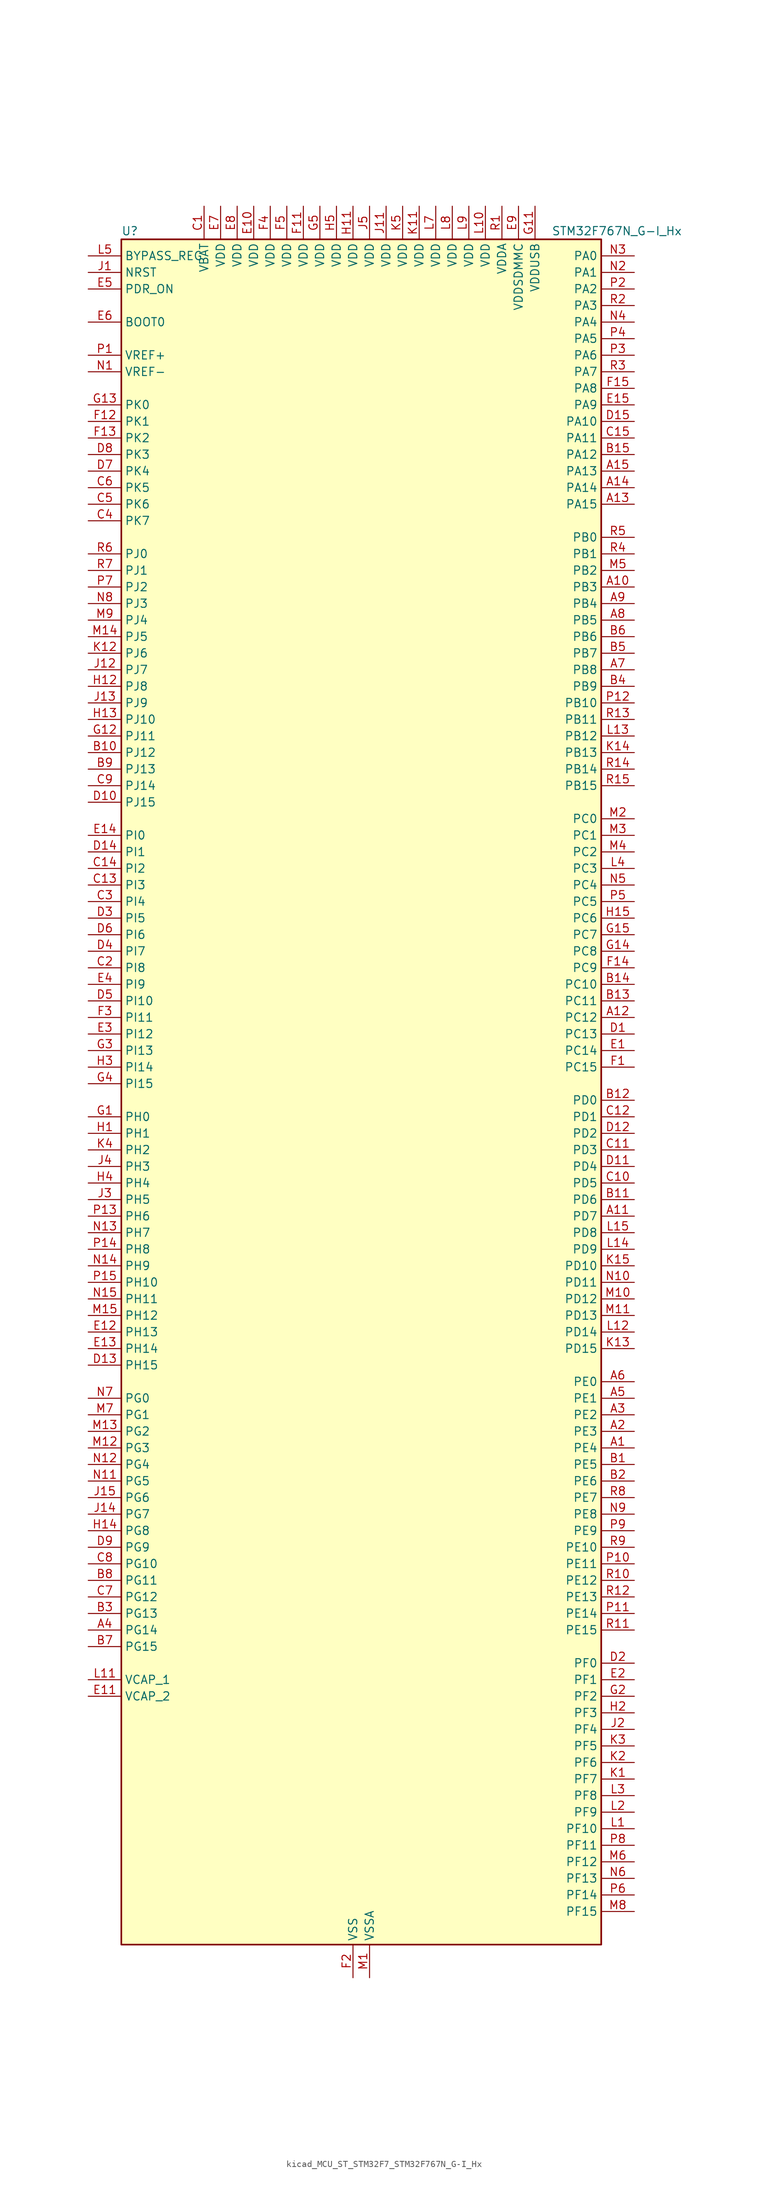
<source format=kicad_sym>
(kicad_symbol_lib
  (version 20220914)
  (generator kicad_symbol_editor)
  (symbol "kicad_MCU_ST_STM32F7_STM32F767N_G-I_Hx"
    (property "Reference" "U"
      (at -35.56 133.35 0)
      (effects (font (size 1.27 1.27)) (justify left)))
    (property "Value" "STM32F767N_G-I_Hx"
      (at 30.48 133.35 0)
      (effects (font (size 1.27 1.27)) (justify left)))
    (property "ki_locked" ""
      (at 0 0 0)
      (effects (font (size 1.27 1.27))))
    (symbol "kicad_MCU_ST_STM32F7_STM32F767N_G-I_Hx_0_1"
      (rectangle (start -35.56 -129.54) (end 38.1 132.08) (stroke (width 0.254) (type default)) (fill (type background))))
    (symbol "kicad_MCU_ST_STM32F7_STM32F767N_G-I_Hx_1_1"
      (pin bidirectional line (at 43.18 -53.34 180) (length 5.08) (name "PE4" (effects (font (size 1.27 1.27)))) (number "A1" (effects (font (size 1.27 1.27)))) (alternate "DCMI_D4" bidirectional line) (alternate "DFSDM1_DATIN3" bidirectional line) (alternate "FMC_A20" bidirectional line) (alternate "LTDC_B0" bidirectional line) (alternate "SAI1_FS_A" bidirectional line) (alternate "SPI4_NSS" bidirectional line) (alternate "SYS_TRACED1" bidirectional line))
      (pin bidirectional line (at 43.18 78.74 180) (length 5.08) (name "PB3" (effects (font (size 1.27 1.27)))) (number "A10" (effects (font (size 1.27 1.27)))) (alternate "CAN3_RX" bidirectional line) (alternate "I2S1_CK" bidirectional line) (alternate "I2S3_CK" bidirectional line) (alternate "SDMMC2_D2" bidirectional line) (alternate "SPI1_SCK" bidirectional line) (alternate "SPI3_SCK" bidirectional line) (alternate "SPI6_SCK" bidirectional line) (alternate "SYS_JTDO-SWO" bidirectional line) (alternate "TIM2_CH2" bidirectional line) (alternate "UART7_RX" bidirectional line))
      (pin bidirectional line (at 43.18 -17.78 180) (length 5.08) (name "PD7" (effects (font (size 1.27 1.27)))) (number "A11" (effects (font (size 1.27 1.27)))) (alternate "DFSDM1_CKIN1" bidirectional line) (alternate "DFSDM1_DATIN4" bidirectional line) (alternate "FMC_NE1" bidirectional line) (alternate "I2S1_SD" bidirectional line) (alternate "SDMMC2_CMD" bidirectional line) (alternate "SPDIFRX_IN0" bidirectional line) (alternate "SPI1_MOSI" bidirectional line) (alternate "USART2_CK" bidirectional line))
      (pin bidirectional line (at 43.18 12.7 180) (length 5.08) (name "PC12" (effects (font (size 1.27 1.27)))) (number "A12" (effects (font (size 1.27 1.27)))) (alternate "DCMI_D9" bidirectional line) (alternate "I2S3_SD" bidirectional line) (alternate "SDMMC1_CK" bidirectional line) (alternate "SPI3_MOSI" bidirectional line) (alternate "SYS_TRACED3" bidirectional line) (alternate "UART5_TX" bidirectional line) (alternate "USART3_CK" bidirectional line))
      (pin bidirectional line (at 43.18 91.44 180) (length 5.08) (name "PA15" (effects (font (size 1.27 1.27)))) (number "A13" (effects (font (size 1.27 1.27)))) (alternate "CAN3_TX" bidirectional line) (alternate "CEC" bidirectional line) (alternate "I2S1_WS" bidirectional line) (alternate "I2S3_WS" bidirectional line) (alternate "SPI1_NSS" bidirectional line) (alternate "SPI3_NSS" bidirectional line) (alternate "SPI6_NSS" bidirectional line) (alternate "SYS_JTDI" bidirectional line) (alternate "TIM2_CH1" bidirectional line) (alternate "TIM2_ETR" bidirectional line) (alternate "UART4_DE" bidirectional line) (alternate "UART4_RTS" bidirectional line) (alternate "UART7_TX" bidirectional line))
      (pin bidirectional line (at 43.18 93.98 180) (length 5.08) (name "PA14" (effects (font (size 1.27 1.27)))) (number "A14" (effects (font (size 1.27 1.27)))) (alternate "SYS_JTCK-SWCLK" bidirectional line))
      (pin bidirectional line (at 43.18 96.52 180) (length 5.08) (name "PA13" (effects (font (size 1.27 1.27)))) (number "A15" (effects (font (size 1.27 1.27)))) (alternate "SYS_JTMS-SWDIO" bidirectional line))
      (pin bidirectional line (at 43.18 -50.8 180) (length 5.08) (name "PE3" (effects (font (size 1.27 1.27)))) (number "A2" (effects (font (size 1.27 1.27)))) (alternate "FMC_A19" bidirectional line) (alternate "SAI1_SD_B" bidirectional line) (alternate "SYS_TRACED0" bidirectional line))
      (pin bidirectional line (at 43.18 -48.26 180) (length 5.08) (name "PE2" (effects (font (size 1.27 1.27)))) (number "A3" (effects (font (size 1.27 1.27)))) (alternate "ETH_TXD3" bidirectional line) (alternate "FMC_A23" bidirectional line) (alternate "QUADSPI_BK1_IO2" bidirectional line) (alternate "SAI1_MCLK_A" bidirectional line) (alternate "SPI4_SCK" bidirectional line) (alternate "SYS_TRACECLK" bidirectional line))
      (pin bidirectional line (at -40.64 -81.28 0) (length 5.08) (name "PG14" (effects (font (size 1.27 1.27)))) (number "A4" (effects (font (size 1.27 1.27)))) (alternate "ETH_TXD1" bidirectional line) (alternate "FMC_A25" bidirectional line) (alternate "LPTIM1_ETR" bidirectional line) (alternate "LTDC_B0" bidirectional line) (alternate "QUADSPI_BK2_IO3" bidirectional line) (alternate "SPI6_MOSI" bidirectional line) (alternate "SYS_TRACED1" bidirectional line) (alternate "USART6_TX" bidirectional line))
      (pin bidirectional line (at 43.18 -45.72 180) (length 5.08) (name "PE1" (effects (font (size 1.27 1.27)))) (number "A5" (effects (font (size 1.27 1.27)))) (alternate "DCMI_D3" bidirectional line) (alternate "FMC_NBL1" bidirectional line) (alternate "LPTIM1_IN2" bidirectional line) (alternate "UART8_TX" bidirectional line))
      (pin bidirectional line (at 43.18 -43.18 180) (length 5.08) (name "PE0" (effects (font (size 1.27 1.27)))) (number "A6" (effects (font (size 1.27 1.27)))) (alternate "DCMI_D2" bidirectional line) (alternate "FMC_NBL0" bidirectional line) (alternate "LPTIM1_ETR" bidirectional line) (alternate "SAI2_MCLK_A" bidirectional line) (alternate "TIM4_ETR" bidirectional line) (alternate "UART8_RX" bidirectional line))
      (pin bidirectional line (at 43.18 66.04 180) (length 5.08) (name "PB8" (effects (font (size 1.27 1.27)))) (number "A7" (effects (font (size 1.27 1.27)))) (alternate "CAN1_RX" bidirectional line) (alternate "DCMI_D6" bidirectional line) (alternate "DFSDM1_CKIN7" bidirectional line) (alternate "ETH_TXD3" bidirectional line) (alternate "I2C1_SCL" bidirectional line) (alternate "I2C4_SCL" bidirectional line) (alternate "LTDC_B6" bidirectional line) (alternate "SDMMC1_D4" bidirectional line) (alternate "SDMMC2_D4" bidirectional line) (alternate "TIM10_CH1" bidirectional line) (alternate "TIM4_CH3" bidirectional line) (alternate "UART5_RX" bidirectional line))
      (pin bidirectional line (at 43.18 73.66 180) (length 5.08) (name "PB5" (effects (font (size 1.27 1.27)))) (number "A8" (effects (font (size 1.27 1.27)))) (alternate "CAN2_RX" bidirectional line) (alternate "DCMI_D10" bidirectional line) (alternate "ETH_PPS_OUT" bidirectional line) (alternate "FMC_SDCKE1" bidirectional line) (alternate "I2C1_SMBA" bidirectional line) (alternate "I2S1_SD" bidirectional line) (alternate "I2S3_SD" bidirectional line) (alternate "LTDC_G7" bidirectional line) (alternate "SPI1_MOSI" bidirectional line) (alternate "SPI3_MOSI" bidirectional line) (alternate "SPI6_MOSI" bidirectional line) (alternate "TIM3_CH2" bidirectional line) (alternate "UART5_RX" bidirectional line) (alternate "USB_OTG_HS_ULPI_D7" bidirectional line))
      (pin bidirectional line (at 43.18 76.2 180) (length 5.08) (name "PB4" (effects (font (size 1.27 1.27)))) (number "A9" (effects (font (size 1.27 1.27)))) (alternate "CAN3_TX" bidirectional line) (alternate "I2S2_WS" bidirectional line) (alternate "SDMMC2_D3" bidirectional line) (alternate "SPI1_MISO" bidirectional line) (alternate "SPI2_NSS" bidirectional line) (alternate "SPI3_MISO" bidirectional line) (alternate "SPI6_MISO" bidirectional line) (alternate "SYS_JTRST" bidirectional line) (alternate "TIM3_CH1" bidirectional line) (alternate "UART7_TX" bidirectional line))
      (pin bidirectional line (at 43.18 -55.88 180) (length 5.08) (name "PE5" (effects (font (size 1.27 1.27)))) (number "B1" (effects (font (size 1.27 1.27)))) (alternate "DCMI_D6" bidirectional line) (alternate "DFSDM1_CKIN3" bidirectional line) (alternate "FMC_A21" bidirectional line) (alternate "LTDC_G0" bidirectional line) (alternate "SAI1_SCK_A" bidirectional line) (alternate "SPI4_MISO" bidirectional line) (alternate "SYS_TRACED2" bidirectional line) (alternate "TIM9_CH1" bidirectional line))
      (pin bidirectional line (at -40.64 53.34 0) (length 5.08) (name "PJ12" (effects (font (size 1.27 1.27)))) (number "B10" (effects (font (size 1.27 1.27)))) (alternate "LTDC_B0" bidirectional line) (alternate "LTDC_G3" bidirectional line))
      (pin bidirectional line (at 43.18 -15.24 180) (length 5.08) (name "PD6" (effects (font (size 1.27 1.27)))) (number "B11" (effects (font (size 1.27 1.27)))) (alternate "DCMI_D10" bidirectional line) (alternate "DFSDM1_CKIN4" bidirectional line) (alternate "DFSDM1_DATIN1" bidirectional line) (alternate "FMC_NWAIT" bidirectional line) (alternate "I2S3_SD" bidirectional line) (alternate "LTDC_B2" bidirectional line) (alternate "SAI1_SD_A" bidirectional line) (alternate "SDMMC2_CK" bidirectional line) (alternate "SPI3_MOSI" bidirectional line) (alternate "USART2_RX" bidirectional line))
      (pin bidirectional line (at 43.18 0 180) (length 5.08) (name "PD0" (effects (font (size 1.27 1.27)))) (number "B12" (effects (font (size 1.27 1.27)))) (alternate "CAN1_RX" bidirectional line) (alternate "DFSDM1_CKIN6" bidirectional line) (alternate "DFSDM1_DATIN7" bidirectional line) (alternate "FMC_D2" bidirectional line) (alternate "FMC_DA2" bidirectional line) (alternate "UART4_RX" bidirectional line))
      (pin bidirectional line (at 43.18 15.24 180) (length 5.08) (name "PC11" (effects (font (size 1.27 1.27)))) (number "B13" (effects (font (size 1.27 1.27)))) (alternate "ADC1_EXTI11" bidirectional line) (alternate "ADC2_EXTI11" bidirectional line) (alternate "ADC3_EXTI11" bidirectional line) (alternate "DCMI_D4" bidirectional line) (alternate "DFSDM1_DATIN5" bidirectional line) (alternate "QUADSPI_BK2_NCS" bidirectional line) (alternate "SDMMC1_D3" bidirectional line) (alternate "SPI3_MISO" bidirectional line) (alternate "UART4_RX" bidirectional line) (alternate "USART3_RX" bidirectional line))
      (pin bidirectional line (at 43.18 17.78 180) (length 5.08) (name "PC10" (effects (font (size 1.27 1.27)))) (number "B14" (effects (font (size 1.27 1.27)))) (alternate "DCMI_D8" bidirectional line) (alternate "DFSDM1_CKIN5" bidirectional line) (alternate "I2S3_CK" bidirectional line) (alternate "LTDC_R2" bidirectional line) (alternate "QUADSPI_BK1_IO1" bidirectional line) (alternate "SDMMC1_D2" bidirectional line) (alternate "SPI3_SCK" bidirectional line) (alternate "UART4_TX" bidirectional line) (alternate "USART3_TX" bidirectional line))
      (pin bidirectional line (at 43.18 99.06 180) (length 5.08) (name "PA12" (effects (font (size 1.27 1.27)))) (number "B15" (effects (font (size 1.27 1.27)))) (alternate "CAN1_TX" bidirectional line) (alternate "I2S2_CK" bidirectional line) (alternate "LTDC_R5" bidirectional line) (alternate "SAI2_FS_B" bidirectional line) (alternate "SPI2_SCK" bidirectional line) (alternate "TIM1_ETR" bidirectional line) (alternate "UART4_TX" bidirectional line) (alternate "USART1_DE" bidirectional line) (alternate "USART1_RTS" bidirectional line) (alternate "USB_OTG_FS_DP" bidirectional line))
      (pin bidirectional line (at 43.18 -58.42 180) (length 5.08) (name "PE6" (effects (font (size 1.27 1.27)))) (number "B2" (effects (font (size 1.27 1.27)))) (alternate "DCMI_D7" bidirectional line) (alternate "FMC_A22" bidirectional line) (alternate "LTDC_G1" bidirectional line) (alternate "SAI1_SD_A" bidirectional line) (alternate "SAI2_MCLK_B" bidirectional line) (alternate "SPI4_MOSI" bidirectional line) (alternate "SYS_TRACED3" bidirectional line) (alternate "TIM1_BKIN2" bidirectional line) (alternate "TIM9_CH2" bidirectional line))
      (pin bidirectional line (at -40.64 -78.74 0) (length 5.08) (name "PG13" (effects (font (size 1.27 1.27)))) (number "B3" (effects (font (size 1.27 1.27)))) (alternate "ETH_TXD0" bidirectional line) (alternate "FMC_A24" bidirectional line) (alternate "LPTIM1_OUT" bidirectional line) (alternate "LTDC_R0" bidirectional line) (alternate "SPI6_SCK" bidirectional line) (alternate "SYS_TRACED0" bidirectional line) (alternate "USART6_CTS" bidirectional line))
      (pin bidirectional line (at 43.18 63.5 180) (length 5.08) (name "PB9" (effects (font (size 1.27 1.27)))) (number "B4" (effects (font (size 1.27 1.27)))) (alternate "CAN1_TX" bidirectional line) (alternate "DAC_EXTI9" bidirectional line) (alternate "DCMI_D7" bidirectional line) (alternate "DFSDM1_DATIN7" bidirectional line) (alternate "I2C1_SDA" bidirectional line) (alternate "I2C4_SDA" bidirectional line) (alternate "I2C4_SMBA" bidirectional line) (alternate "I2S2_WS" bidirectional line) (alternate "LTDC_B7" bidirectional line) (alternate "SDMMC1_D5" bidirectional line) (alternate "SDMMC2_D5" bidirectional line) (alternate "SPI2_NSS" bidirectional line) (alternate "TIM11_CH1" bidirectional line) (alternate "TIM4_CH4" bidirectional line) (alternate "UART5_TX" bidirectional line))
      (pin bidirectional line (at 43.18 68.58 180) (length 5.08) (name "PB7" (effects (font (size 1.27 1.27)))) (number "B5" (effects (font (size 1.27 1.27)))) (alternate "DCMI_VSYNC" bidirectional line) (alternate "DFSDM1_CKIN5" bidirectional line) (alternate "FMC_NL" bidirectional line) (alternate "I2C1_SDA" bidirectional line) (alternate "I2C4_SDA" bidirectional line) (alternate "TIM4_CH2" bidirectional line) (alternate "USART1_RX" bidirectional line))
      (pin bidirectional line (at 43.18 71.12 180) (length 5.08) (name "PB6" (effects (font (size 1.27 1.27)))) (number "B6" (effects (font (size 1.27 1.27)))) (alternate "CAN2_TX" bidirectional line) (alternate "CEC" bidirectional line) (alternate "DCMI_D5" bidirectional line) (alternate "DFSDM1_DATIN5" bidirectional line) (alternate "FMC_SDNE1" bidirectional line) (alternate "I2C1_SCL" bidirectional line) (alternate "I2C4_SCL" bidirectional line) (alternate "QUADSPI_BK1_NCS" bidirectional line) (alternate "TIM4_CH1" bidirectional line) (alternate "UART5_TX" bidirectional line) (alternate "USART1_TX" bidirectional line))
      (pin bidirectional line (at -40.64 -83.82 0) (length 5.08) (name "PG15" (effects (font (size 1.27 1.27)))) (number "B7" (effects (font (size 1.27 1.27)))) (alternate "DCMI_D13" bidirectional line) (alternate "FMC_SDNCAS" bidirectional line) (alternate "USART6_CTS" bidirectional line))
      (pin bidirectional line (at -40.64 -73.66 0) (length 5.08) (name "PG11" (effects (font (size 1.27 1.27)))) (number "B8" (effects (font (size 1.27 1.27)))) (alternate "ADC1_EXTI11" bidirectional line) (alternate "ADC2_EXTI11" bidirectional line) (alternate "ADC3_EXTI11" bidirectional line) (alternate "DCMI_D3" bidirectional line) (alternate "ETH_TX_EN" bidirectional line) (alternate "I2S1_CK" bidirectional line) (alternate "LTDC_B3" bidirectional line) (alternate "SDMMC2_D2" bidirectional line) (alternate "SPDIFRX_IN0" bidirectional line) (alternate "SPI1_SCK" bidirectional line))
      (pin bidirectional line (at -40.64 50.8 0) (length 5.08) (name "PJ13" (effects (font (size 1.27 1.27)))) (number "B9" (effects (font (size 1.27 1.27)))) (alternate "LTDC_B1" bidirectional line) (alternate "LTDC_G4" bidirectional line))
      (pin power_in line (at -22.86 137.16 270) (length 5.08) (name "VBAT" (effects (font (size 1.27 1.27)))) (number "C1" (effects (font (size 1.27 1.27)))))
      (pin bidirectional line (at 43.18 -12.7 180) (length 5.08) (name "PD5" (effects (font (size 1.27 1.27)))) (number "C10" (effects (font (size 1.27 1.27)))) (alternate "FMC_NWE" bidirectional line) (alternate "USART2_TX" bidirectional line))
      (pin bidirectional line (at 43.18 -7.62 180) (length 5.08) (name "PD3" (effects (font (size 1.27 1.27)))) (number "C11" (effects (font (size 1.27 1.27)))) (alternate "DCMI_D5" bidirectional line) (alternate "DFSDM1_CKOUT" bidirectional line) (alternate "DFSDM1_DATIN0" bidirectional line) (alternate "FMC_CLK" bidirectional line) (alternate "I2S2_CK" bidirectional line) (alternate "LTDC_G7" bidirectional line) (alternate "SPI2_SCK" bidirectional line) (alternate "USART2_CTS" bidirectional line))
      (pin bidirectional line (at 43.18 -2.54 180) (length 5.08) (name "PD1" (effects (font (size 1.27 1.27)))) (number "C12" (effects (font (size 1.27 1.27)))) (alternate "CAN1_TX" bidirectional line) (alternate "DFSDM1_CKIN7" bidirectional line) (alternate "DFSDM1_DATIN6" bidirectional line) (alternate "FMC_D3" bidirectional line) (alternate "FMC_DA3" bidirectional line) (alternate "UART4_TX" bidirectional line))
      (pin bidirectional line (at -40.64 33.02 0) (length 5.08) (name "PI3" (effects (font (size 1.27 1.27)))) (number "C13" (effects (font (size 1.27 1.27)))) (alternate "DCMI_D10" bidirectional line) (alternate "FMC_D27" bidirectional line) (alternate "I2S2_SD" bidirectional line) (alternate "SPI2_MOSI" bidirectional line) (alternate "TIM8_ETR" bidirectional line))
      (pin bidirectional line (at -40.64 35.56 0) (length 5.08) (name "PI2" (effects (font (size 1.27 1.27)))) (number "C14" (effects (font (size 1.27 1.27)))) (alternate "DCMI_D9" bidirectional line) (alternate "FMC_D26" bidirectional line) (alternate "LTDC_G7" bidirectional line) (alternate "SPI2_MISO" bidirectional line) (alternate "TIM8_CH4" bidirectional line))
      (pin bidirectional line (at 43.18 101.6 180) (length 5.08) (name "PA11" (effects (font (size 1.27 1.27)))) (number "C15" (effects (font (size 1.27 1.27)))) (alternate "ADC1_EXTI11" bidirectional line) (alternate "ADC2_EXTI11" bidirectional line) (alternate "ADC3_EXTI11" bidirectional line) (alternate "CAN1_RX" bidirectional line) (alternate "I2S2_WS" bidirectional line) (alternate "LTDC_R4" bidirectional line) (alternate "SPI2_NSS" bidirectional line) (alternate "TIM1_CH4" bidirectional line) (alternate "UART4_RX" bidirectional line) (alternate "USART1_CTS" bidirectional line) (alternate "USB_OTG_FS_DM" bidirectional line))
      (pin bidirectional line (at -40.64 20.32 0) (length 5.08) (name "PI8" (effects (font (size 1.27 1.27)))) (number "C2" (effects (font (size 1.27 1.27)))) (alternate "RTC_TAMP2" bidirectional line) (alternate "RTC_TS" bidirectional line) (alternate "SYS_WKUP5" bidirectional line))
      (pin bidirectional line (at -40.64 30.48 0) (length 5.08) (name "PI4" (effects (font (size 1.27 1.27)))) (number "C3" (effects (font (size 1.27 1.27)))) (alternate "DCMI_D5" bidirectional line) (alternate "FMC_NBL2" bidirectional line) (alternate "LTDC_B4" bidirectional line) (alternate "SAI2_MCLK_A" bidirectional line) (alternate "TIM8_BKIN" bidirectional line))
      (pin bidirectional line (at -40.64 88.9 0) (length 5.08) (name "PK7" (effects (font (size 1.27 1.27)))) (number "C4" (effects (font (size 1.27 1.27)))) (alternate "LTDC_DE" bidirectional line))
      (pin bidirectional line (at -40.64 91.44 0) (length 5.08) (name "PK6" (effects (font (size 1.27 1.27)))) (number "C5" (effects (font (size 1.27 1.27)))) (alternate "LTDC_B7" bidirectional line))
      (pin bidirectional line (at -40.64 93.98 0) (length 5.08) (name "PK5" (effects (font (size 1.27 1.27)))) (number "C6" (effects (font (size 1.27 1.27)))) (alternate "LTDC_B6" bidirectional line))
      (pin bidirectional line (at -40.64 -76.2 0) (length 5.08) (name "PG12" (effects (font (size 1.27 1.27)))) (number "C7" (effects (font (size 1.27 1.27)))) (alternate "FMC_NE4" bidirectional line) (alternate "LPTIM1_IN1" bidirectional line) (alternate "LTDC_B1" bidirectional line) (alternate "LTDC_B4" bidirectional line) (alternate "SDMMC2_D3" bidirectional line) (alternate "SPDIFRX_IN1" bidirectional line) (alternate "SPI6_MISO" bidirectional line) (alternate "USART6_DE" bidirectional line) (alternate "USART6_RTS" bidirectional line))
      (pin bidirectional line (at -40.64 -71.12 0) (length 5.08) (name "PG10" (effects (font (size 1.27 1.27)))) (number "C8" (effects (font (size 1.27 1.27)))) (alternate "DCMI_D2" bidirectional line) (alternate "FMC_NE3" bidirectional line) (alternate "I2S1_WS" bidirectional line) (alternate "LTDC_B2" bidirectional line) (alternate "LTDC_G3" bidirectional line) (alternate "SAI2_SD_B" bidirectional line) (alternate "SDMMC2_D1" bidirectional line) (alternate "SPI1_NSS" bidirectional line))
      (pin bidirectional line (at -40.64 48.26 0) (length 5.08) (name "PJ14" (effects (font (size 1.27 1.27)))) (number "C9" (effects (font (size 1.27 1.27)))) (alternate "LTDC_B2" bidirectional line))
      (pin bidirectional line (at 43.18 10.16 180) (length 5.08) (name "PC13" (effects (font (size 1.27 1.27)))) (number "D1" (effects (font (size 1.27 1.27)))) (alternate "RTC_OUT" bidirectional line) (alternate "RTC_TAMP1" bidirectional line) (alternate "RTC_TS" bidirectional line) (alternate "SYS_WKUP4" bidirectional line))
      (pin bidirectional line (at -40.64 45.72 0) (length 5.08) (name "PJ15" (effects (font (size 1.27 1.27)))) (number "D10" (effects (font (size 1.27 1.27)))) (alternate "LTDC_B3" bidirectional line))
      (pin bidirectional line (at 43.18 -10.16 180) (length 5.08) (name "PD4" (effects (font (size 1.27 1.27)))) (number "D11" (effects (font (size 1.27 1.27)))) (alternate "DFSDM1_CKIN0" bidirectional line) (alternate "FMC_NOE" bidirectional line) (alternate "USART2_DE" bidirectional line) (alternate "USART2_RTS" bidirectional line))
      (pin bidirectional line (at 43.18 -5.08 180) (length 5.08) (name "PD2" (effects (font (size 1.27 1.27)))) (number "D12" (effects (font (size 1.27 1.27)))) (alternate "DCMI_D11" bidirectional line) (alternate "SDMMC1_CMD" bidirectional line) (alternate "SYS_TRACED2" bidirectional line) (alternate "TIM3_ETR" bidirectional line) (alternate "UART5_RX" bidirectional line))
      (pin bidirectional line (at -40.64 -40.64 0) (length 5.08) (name "PH15" (effects (font (size 1.27 1.27)))) (number "D13" (effects (font (size 1.27 1.27)))) (alternate "DCMI_D11" bidirectional line) (alternate "FMC_D23" bidirectional line) (alternate "LTDC_G4" bidirectional line) (alternate "TIM8_CH3N" bidirectional line))
      (pin bidirectional line (at -40.64 38.1 0) (length 5.08) (name "PI1" (effects (font (size 1.27 1.27)))) (number "D14" (effects (font (size 1.27 1.27)))) (alternate "DCMI_D8" bidirectional line) (alternate "FMC_D25" bidirectional line) (alternate "I2S2_CK" bidirectional line) (alternate "LTDC_G6" bidirectional line) (alternate "SPI2_SCK" bidirectional line) (alternate "TIM8_BKIN2" bidirectional line))
      (pin bidirectional line (at 43.18 104.14 180) (length 5.08) (name "PA10" (effects (font (size 1.27 1.27)))) (number "D15" (effects (font (size 1.27 1.27)))) (alternate "DCMI_D1" bidirectional line) (alternate "LTDC_B1" bidirectional line) (alternate "LTDC_B4" bidirectional line) (alternate "MDIOS_MDIO" bidirectional line) (alternate "TIM1_CH3" bidirectional line) (alternate "USART1_RX" bidirectional line) (alternate "USB_OTG_FS_ID" bidirectional line))
      (pin bidirectional line (at 43.18 -86.36 180) (length 5.08) (name "PF0" (effects (font (size 1.27 1.27)))) (number "D2" (effects (font (size 1.27 1.27)))) (alternate "FMC_A0" bidirectional line) (alternate "I2C2_SDA" bidirectional line))
      (pin bidirectional line (at -40.64 27.94 0) (length 5.08) (name "PI5" (effects (font (size 1.27 1.27)))) (number "D3" (effects (font (size 1.27 1.27)))) (alternate "DCMI_VSYNC" bidirectional line) (alternate "FMC_NBL3" bidirectional line) (alternate "LTDC_B5" bidirectional line) (alternate "SAI2_SCK_A" bidirectional line) (alternate "TIM8_CH1" bidirectional line))
      (pin bidirectional line (at -40.64 22.86 0) (length 5.08) (name "PI7" (effects (font (size 1.27 1.27)))) (number "D4" (effects (font (size 1.27 1.27)))) (alternate "DCMI_D7" bidirectional line) (alternate "FMC_D29" bidirectional line) (alternate "LTDC_B7" bidirectional line) (alternate "SAI2_FS_A" bidirectional line) (alternate "TIM8_CH3" bidirectional line))
      (pin bidirectional line (at -40.64 15.24 0) (length 5.08) (name "PI10" (effects (font (size 1.27 1.27)))) (number "D5" (effects (font (size 1.27 1.27)))) (alternate "ETH_RX_ER" bidirectional line) (alternate "FMC_D31" bidirectional line) (alternate "LTDC_HSYNC" bidirectional line))
      (pin bidirectional line (at -40.64 25.4 0) (length 5.08) (name "PI6" (effects (font (size 1.27 1.27)))) (number "D6" (effects (font (size 1.27 1.27)))) (alternate "DCMI_D6" bidirectional line) (alternate "FMC_D28" bidirectional line) (alternate "LTDC_B6" bidirectional line) (alternate "SAI2_SD_A" bidirectional line) (alternate "TIM8_CH2" bidirectional line))
      (pin bidirectional line (at -40.64 96.52 0) (length 5.08) (name "PK4" (effects (font (size 1.27 1.27)))) (number "D7" (effects (font (size 1.27 1.27)))) (alternate "LTDC_B5" bidirectional line))
      (pin bidirectional line (at -40.64 99.06 0) (length 5.08) (name "PK3" (effects (font (size 1.27 1.27)))) (number "D8" (effects (font (size 1.27 1.27)))) (alternate "LTDC_B4" bidirectional line))
      (pin bidirectional line (at -40.64 -68.58 0) (length 5.08) (name "PG9" (effects (font (size 1.27 1.27)))) (number "D9" (effects (font (size 1.27 1.27)))) (alternate "DAC_EXTI9" bidirectional line) (alternate "DCMI_VSYNC" bidirectional line) (alternate "FMC_NCE" bidirectional line) (alternate "FMC_NE2" bidirectional line) (alternate "QUADSPI_BK2_IO2" bidirectional line) (alternate "SAI2_FS_B" bidirectional line) (alternate "SDMMC2_D0" bidirectional line) (alternate "SPDIFRX_IN3" bidirectional line) (alternate "SPI1_MISO" bidirectional line) (alternate "USART6_RX" bidirectional line))
      (pin bidirectional line (at 43.18 7.62 180) (length 5.08) (name "PC14" (effects (font (size 1.27 1.27)))) (number "E1" (effects (font (size 1.27 1.27)))) (alternate "RCC_OSC32_IN" bidirectional line))
      (pin power_in line (at -15.24 137.16 270) (length 5.08) (name "VDD" (effects (font (size 1.27 1.27)))) (number "E10" (effects (font (size 1.27 1.27)))))
      (pin power_out line (at -40.64 -91.44 0) (length 5.08) (name "VCAP_2" (effects (font (size 1.27 1.27)))) (number "E11" (effects (font (size 1.27 1.27)))))
      (pin bidirectional line (at -40.64 -35.56 0) (length 5.08) (name "PH13" (effects (font (size 1.27 1.27)))) (number "E12" (effects (font (size 1.27 1.27)))) (alternate "CAN1_TX" bidirectional line) (alternate "FMC_D21" bidirectional line) (alternate "LTDC_G2" bidirectional line) (alternate "TIM8_CH1N" bidirectional line) (alternate "UART4_TX" bidirectional line))
      (pin bidirectional line (at -40.64 -38.1 0) (length 5.08) (name "PH14" (effects (font (size 1.27 1.27)))) (number "E13" (effects (font (size 1.27 1.27)))) (alternate "CAN1_RX" bidirectional line) (alternate "DCMI_D4" bidirectional line) (alternate "FMC_D22" bidirectional line) (alternate "LTDC_G3" bidirectional line) (alternate "TIM8_CH2N" bidirectional line) (alternate "UART4_RX" bidirectional line))
      (pin bidirectional line (at -40.64 40.64 0) (length 5.08) (name "PI0" (effects (font (size 1.27 1.27)))) (number "E14" (effects (font (size 1.27 1.27)))) (alternate "DCMI_D13" bidirectional line) (alternate "FMC_D24" bidirectional line) (alternate "I2S2_WS" bidirectional line) (alternate "LTDC_G5" bidirectional line) (alternate "SPI2_NSS" bidirectional line) (alternate "TIM5_CH4" bidirectional line))
      (pin bidirectional line (at 43.18 106.68 180) (length 5.08) (name "PA9" (effects (font (size 1.27 1.27)))) (number "E15" (effects (font (size 1.27 1.27)))) (alternate "DAC_EXTI9" bidirectional line) (alternate "DCMI_D0" bidirectional line) (alternate "I2C3_SMBA" bidirectional line) (alternate "I2S2_CK" bidirectional line) (alternate "LTDC_R5" bidirectional line) (alternate "SPI2_SCK" bidirectional line) (alternate "TIM1_CH2" bidirectional line) (alternate "USART1_TX" bidirectional line) (alternate "USB_OTG_FS_VBUS" bidirectional line))
      (pin bidirectional line (at 43.18 -88.9 180) (length 5.08) (name "PF1" (effects (font (size 1.27 1.27)))) (number "E2" (effects (font (size 1.27 1.27)))) (alternate "FMC_A1" bidirectional line) (alternate "I2C2_SCL" bidirectional line))
      (pin bidirectional line (at -40.64 10.16 0) (length 5.08) (name "PI12" (effects (font (size 1.27 1.27)))) (number "E3" (effects (font (size 1.27 1.27)))) (alternate "LTDC_HSYNC" bidirectional line))
      (pin bidirectional line (at -40.64 17.78 0) (length 5.08) (name "PI9" (effects (font (size 1.27 1.27)))) (number "E4" (effects (font (size 1.27 1.27)))) (alternate "CAN1_RX" bidirectional line) (alternate "DAC_EXTI9" bidirectional line) (alternate "FMC_D30" bidirectional line) (alternate "LTDC_VSYNC" bidirectional line) (alternate "UART4_RX" bidirectional line))
      (pin input line (at -40.64 124.46 0) (length 5.08) (name "PDR_ON" (effects (font (size 1.27 1.27)))) (number "E5" (effects (font (size 1.27 1.27)))))
      (pin input line (at -40.64 119.38 0) (length 5.08) (name "BOOT0" (effects (font (size 1.27 1.27)))) (number "E6" (effects (font (size 1.27 1.27)))))
      (pin power_in line (at -20.32 137.16 270) (length 5.08) (name "VDD" (effects (font (size 1.27 1.27)))) (number "E7" (effects (font (size 1.27 1.27)))))
      (pin power_in line (at -17.78 137.16 270) (length 5.08) (name "VDD" (effects (font (size 1.27 1.27)))) (number "E8" (effects (font (size 1.27 1.27)))))
      (pin power_in line (at 25.4 137.16 270) (length 5.08) (name "VDDSDMMC" (effects (font (size 1.27 1.27)))) (number "E9" (effects (font (size 1.27 1.27)))))
      (pin bidirectional line (at 43.18 5.08 180) (length 5.08) (name "PC15" (effects (font (size 1.27 1.27)))) (number "F1" (effects (font (size 1.27 1.27)))) (alternate "RCC_OSC32_OUT" bidirectional line))
      (pin passive line (at 0 -134.62 90) (length 5.08) hide (name "VSS" (effects (font (size 1.27 1.27)))) (number "F10" (effects (font (size 1.27 1.27)))))
      (pin power_in line (at -7.62 137.16 270) (length 5.08) (name "VDD" (effects (font (size 1.27 1.27)))) (number "F11" (effects (font (size 1.27 1.27)))))
      (pin bidirectional line (at -40.64 104.14 0) (length 5.08) (name "PK1" (effects (font (size 1.27 1.27)))) (number "F12" (effects (font (size 1.27 1.27)))) (alternate "LTDC_G6" bidirectional line))
      (pin bidirectional line (at -40.64 101.6 0) (length 5.08) (name "PK2" (effects (font (size 1.27 1.27)))) (number "F13" (effects (font (size 1.27 1.27)))) (alternate "LTDC_G7" bidirectional line))
      (pin bidirectional line (at 43.18 20.32 180) (length 5.08) (name "PC9" (effects (font (size 1.27 1.27)))) (number "F14" (effects (font (size 1.27 1.27)))) (alternate "DAC_EXTI9" bidirectional line) (alternate "DCMI_D3" bidirectional line) (alternate "I2C3_SDA" bidirectional line) (alternate "I2S_CKIN" bidirectional line) (alternate "LTDC_B2" bidirectional line) (alternate "LTDC_G3" bidirectional line) (alternate "QUADSPI_BK1_IO0" bidirectional line) (alternate "RCC_MCO_2" bidirectional line) (alternate "SDMMC1_D1" bidirectional line) (alternate "TIM3_CH4" bidirectional line) (alternate "TIM8_CH4" bidirectional line) (alternate "UART5_CTS" bidirectional line))
      (pin bidirectional line (at 43.18 109.22 180) (length 5.08) (name "PA8" (effects (font (size 1.27 1.27)))) (number "F15" (effects (font (size 1.27 1.27)))) (alternate "CAN3_RX" bidirectional line) (alternate "I2C3_SCL" bidirectional line) (alternate "LTDC_B3" bidirectional line) (alternate "LTDC_R6" bidirectional line) (alternate "RCC_MCO_1" bidirectional line) (alternate "TIM1_CH1" bidirectional line) (alternate "TIM8_BKIN2" bidirectional line) (alternate "UART7_RX" bidirectional line) (alternate "USART1_CK" bidirectional line) (alternate "USB_OTG_FS_SOF" bidirectional line))
      (pin power_in line (at 0 -134.62 90) (length 5.08) (name "VSS" (effects (font (size 1.27 1.27)))) (number "F2" (effects (font (size 1.27 1.27)))))
      (pin bidirectional line (at -40.64 12.7 0) (length 5.08) (name "PI11" (effects (font (size 1.27 1.27)))) (number "F3" (effects (font (size 1.27 1.27)))) (alternate "ADC1_EXTI11" bidirectional line) (alternate "ADC2_EXTI11" bidirectional line) (alternate "ADC3_EXTI11" bidirectional line) (alternate "LTDC_G6" bidirectional line) (alternate "SYS_WKUP6" bidirectional line) (alternate "USB_OTG_HS_ULPI_DIR" bidirectional line))
      (pin power_in line (at -12.7 137.16 270) (length 5.08) (name "VDD" (effects (font (size 1.27 1.27)))) (number "F4" (effects (font (size 1.27 1.27)))))
      (pin power_in line (at -10.16 137.16 270) (length 5.08) (name "VDD" (effects (font (size 1.27 1.27)))) (number "F5" (effects (font (size 1.27 1.27)))))
      (pin passive line (at 0 -134.62 90) (length 5.08) hide (name "VSS" (effects (font (size 1.27 1.27)))) (number "F6" (effects (font (size 1.27 1.27)))))
      (pin passive line (at 0 -134.62 90) (length 5.08) hide (name "VSS" (effects (font (size 1.27 1.27)))) (number "F7" (effects (font (size 1.27 1.27)))))
      (pin passive line (at 0 -134.62 90) (length 5.08) hide (name "VSS" (effects (font (size 1.27 1.27)))) (number "F8" (effects (font (size 1.27 1.27)))))
      (pin passive line (at 0 -134.62 90) (length 5.08) hide (name "VSS" (effects (font (size 1.27 1.27)))) (number "F9" (effects (font (size 1.27 1.27)))))
      (pin bidirectional line (at -40.64 -2.54 0) (length 5.08) (name "PH0" (effects (font (size 1.27 1.27)))) (number "G1" (effects (font (size 1.27 1.27)))) (alternate "RCC_OSC_IN" bidirectional line))
      (pin passive line (at 0 -134.62 90) (length 5.08) hide (name "VSS" (effects (font (size 1.27 1.27)))) (number "G10" (effects (font (size 1.27 1.27)))))
      (pin power_in line (at 27.94 137.16 270) (length 5.08) (name "VDDUSB" (effects (font (size 1.27 1.27)))) (number "G11" (effects (font (size 1.27 1.27)))))
      (pin bidirectional line (at -40.64 55.88 0) (length 5.08) (name "PJ11" (effects (font (size 1.27 1.27)))) (number "G12" (effects (font (size 1.27 1.27)))) (alternate "ADC1_EXTI11" bidirectional line) (alternate "ADC2_EXTI11" bidirectional line) (alternate "ADC3_EXTI11" bidirectional line) (alternate "LTDC_G4" bidirectional line))
      (pin bidirectional line (at -40.64 106.68 0) (length 5.08) (name "PK0" (effects (font (size 1.27 1.27)))) (number "G13" (effects (font (size 1.27 1.27)))) (alternate "LTDC_G5" bidirectional line))
      (pin bidirectional line (at 43.18 22.86 180) (length 5.08) (name "PC8" (effects (font (size 1.27 1.27)))) (number "G14" (effects (font (size 1.27 1.27)))) (alternate "DCMI_D2" bidirectional line) (alternate "FMC_NCE" bidirectional line) (alternate "FMC_NE2" bidirectional line) (alternate "SDMMC1_D0" bidirectional line) (alternate "SYS_TRACED1" bidirectional line) (alternate "TIM3_CH3" bidirectional line) (alternate "TIM8_CH3" bidirectional line) (alternate "UART5_DE" bidirectional line) (alternate "UART5_RTS" bidirectional line) (alternate "USART6_CK" bidirectional line))
      (pin bidirectional line (at 43.18 25.4 180) (length 5.08) (name "PC7" (effects (font (size 1.27 1.27)))) (number "G15" (effects (font (size 1.27 1.27)))) (alternate "DCMI_D1" bidirectional line) (alternate "DFSDM1_DATIN3" bidirectional line) (alternate "FMC_NE1" bidirectional line) (alternate "I2S3_MCK" bidirectional line) (alternate "LTDC_G6" bidirectional line) (alternate "SDMMC1_D7" bidirectional line) (alternate "SDMMC2_D7" bidirectional line) (alternate "TIM3_CH2" bidirectional line) (alternate "TIM8_CH2" bidirectional line) (alternate "USART6_RX" bidirectional line))
      (pin bidirectional line (at 43.18 -91.44 180) (length 5.08) (name "PF2" (effects (font (size 1.27 1.27)))) (number "G2" (effects (font (size 1.27 1.27)))) (alternate "FMC_A2" bidirectional line) (alternate "I2C2_SMBA" bidirectional line))
      (pin bidirectional line (at -40.64 7.62 0) (length 5.08) (name "PI13" (effects (font (size 1.27 1.27)))) (number "G3" (effects (font (size 1.27 1.27)))) (alternate "LTDC_VSYNC" bidirectional line))
      (pin bidirectional line (at -40.64 2.54 0) (length 5.08) (name "PI15" (effects (font (size 1.27 1.27)))) (number "G4" (effects (font (size 1.27 1.27)))) (alternate "LTDC_G2" bidirectional line) (alternate "LTDC_R0" bidirectional line))
      (pin power_in line (at -5.08 137.16 270) (length 5.08) (name "VDD" (effects (font (size 1.27 1.27)))) (number "G5" (effects (font (size 1.27 1.27)))))
      (pin passive line (at 0 -134.62 90) (length 5.08) hide (name "VSS" (effects (font (size 1.27 1.27)))) (number "G6" (effects (font (size 1.27 1.27)))))
      (pin bidirectional line (at -40.64 -5.08 0) (length 5.08) (name "PH1" (effects (font (size 1.27 1.27)))) (number "H1" (effects (font (size 1.27 1.27)))) (alternate "RCC_OSC_OUT" bidirectional line))
      (pin passive line (at 0 -134.62 90) (length 5.08) hide (name "VSS" (effects (font (size 1.27 1.27)))) (number "H10" (effects (font (size 1.27 1.27)))))
      (pin power_in line (at 0 137.16 270) (length 5.08) (name "VDD" (effects (font (size 1.27 1.27)))) (number "H11" (effects (font (size 1.27 1.27)))))
      (pin bidirectional line (at -40.64 63.5 0) (length 5.08) (name "PJ8" (effects (font (size 1.27 1.27)))) (number "H12" (effects (font (size 1.27 1.27)))) (alternate "LTDC_G1" bidirectional line))
      (pin bidirectional line (at -40.64 58.42 0) (length 5.08) (name "PJ10" (effects (font (size 1.27 1.27)))) (number "H13" (effects (font (size 1.27 1.27)))) (alternate "LTDC_G3" bidirectional line))
      (pin bidirectional line (at -40.64 -66.04 0) (length 5.08) (name "PG8" (effects (font (size 1.27 1.27)))) (number "H14" (effects (font (size 1.27 1.27)))) (alternate "ETH_PPS_OUT" bidirectional line) (alternate "FMC_SDCLK" bidirectional line) (alternate "LTDC_G7" bidirectional line) (alternate "SPDIFRX_IN2" bidirectional line) (alternate "SPI6_NSS" bidirectional line) (alternate "USART6_DE" bidirectional line) (alternate "USART6_RTS" bidirectional line))
      (pin bidirectional line (at 43.18 27.94 180) (length 5.08) (name "PC6" (effects (font (size 1.27 1.27)))) (number "H15" (effects (font (size 1.27 1.27)))) (alternate "DCMI_D0" bidirectional line) (alternate "DFSDM1_CKIN3" bidirectional line) (alternate "FMC_NWAIT" bidirectional line) (alternate "I2S2_MCK" bidirectional line) (alternate "LTDC_HSYNC" bidirectional line) (alternate "SDMMC1_D6" bidirectional line) (alternate "SDMMC2_D6" bidirectional line) (alternate "TIM3_CH1" bidirectional line) (alternate "TIM8_CH1" bidirectional line) (alternate "USART6_TX" bidirectional line))
      (pin bidirectional line (at 43.18 -93.98 180) (length 5.08) (name "PF3" (effects (font (size 1.27 1.27)))) (number "H2" (effects (font (size 1.27 1.27)))) (alternate "ADC3_IN9" bidirectional line) (alternate "FMC_A3" bidirectional line))
      (pin bidirectional line (at -40.64 5.08 0) (length 5.08) (name "PI14" (effects (font (size 1.27 1.27)))) (number "H3" (effects (font (size 1.27 1.27)))) (alternate "LTDC_CLK" bidirectional line))
      (pin bidirectional line (at -40.64 -12.7 0) (length 5.08) (name "PH4" (effects (font (size 1.27 1.27)))) (number "H4" (effects (font (size 1.27 1.27)))) (alternate "I2C2_SCL" bidirectional line) (alternate "LTDC_G4" bidirectional line) (alternate "LTDC_G5" bidirectional line) (alternate "USB_OTG_HS_ULPI_NXT" bidirectional line))
      (pin power_in line (at -2.54 137.16 270) (length 5.08) (name "VDD" (effects (font (size 1.27 1.27)))) (number "H5" (effects (font (size 1.27 1.27)))))
      (pin passive line (at 0 -134.62 90) (length 5.08) hide (name "VSS" (effects (font (size 1.27 1.27)))) (number "H6" (effects (font (size 1.27 1.27)))))
      (pin input line (at -40.64 127 0) (length 5.08) (name "NRST" (effects (font (size 1.27 1.27)))) (number "J1" (effects (font (size 1.27 1.27)))))
      (pin passive line (at 0 -134.62 90) (length 5.08) hide (name "VSS" (effects (font (size 1.27 1.27)))) (number "J10" (effects (font (size 1.27 1.27)))))
      (pin power_in line (at 5.08 137.16 270) (length 5.08) (name "VDD" (effects (font (size 1.27 1.27)))) (number "J11" (effects (font (size 1.27 1.27)))))
      (pin bidirectional line (at -40.64 66.04 0) (length 5.08) (name "PJ7" (effects (font (size 1.27 1.27)))) (number "J12" (effects (font (size 1.27 1.27)))) (alternate "LTDC_G0" bidirectional line))
      (pin bidirectional line (at -40.64 60.96 0) (length 5.08) (name "PJ9" (effects (font (size 1.27 1.27)))) (number "J13" (effects (font (size 1.27 1.27)))) (alternate "DAC_EXTI9" bidirectional line) (alternate "LTDC_G2" bidirectional line))
      (pin bidirectional line (at -40.64 -63.5 0) (length 5.08) (name "PG7" (effects (font (size 1.27 1.27)))) (number "J14" (effects (font (size 1.27 1.27)))) (alternate "DCMI_D13" bidirectional line) (alternate "FMC_INT" bidirectional line) (alternate "LTDC_CLK" bidirectional line) (alternate "SAI1_MCLK_A" bidirectional line) (alternate "USART6_CK" bidirectional line))
      (pin bidirectional line (at -40.64 -60.96 0) (length 5.08) (name "PG6" (effects (font (size 1.27 1.27)))) (number "J15" (effects (font (size 1.27 1.27)))) (alternate "DCMI_D12" bidirectional line) (alternate "FMC_NE3" bidirectional line) (alternate "LTDC_R7" bidirectional line))
      (pin bidirectional line (at 43.18 -96.52 180) (length 5.08) (name "PF4" (effects (font (size 1.27 1.27)))) (number "J2" (effects (font (size 1.27 1.27)))) (alternate "ADC3_IN14" bidirectional line) (alternate "FMC_A4" bidirectional line))
      (pin bidirectional line (at -40.64 -15.24 0) (length 5.08) (name "PH5" (effects (font (size 1.27 1.27)))) (number "J3" (effects (font (size 1.27 1.27)))) (alternate "FMC_SDNWE" bidirectional line) (alternate "I2C2_SDA" bidirectional line) (alternate "SPI5_NSS" bidirectional line))
      (pin bidirectional line (at -40.64 -10.16 0) (length 5.08) (name "PH3" (effects (font (size 1.27 1.27)))) (number "J4" (effects (font (size 1.27 1.27)))) (alternate "ETH_COL" bidirectional line) (alternate "FMC_SDNE0" bidirectional line) (alternate "LTDC_R1" bidirectional line) (alternate "QUADSPI_BK2_IO1" bidirectional line) (alternate "SAI2_MCLK_B" bidirectional line))
      (pin power_in line (at 2.54 137.16 270) (length 5.08) (name "VDD" (effects (font (size 1.27 1.27)))) (number "J5" (effects (font (size 1.27 1.27)))))
      (pin passive line (at 0 -134.62 90) (length 5.08) hide (name "VSS" (effects (font (size 1.27 1.27)))) (number "J6" (effects (font (size 1.27 1.27)))))
      (pin bidirectional line (at 43.18 -104.14 180) (length 5.08) (name "PF7" (effects (font (size 1.27 1.27)))) (number "K1" (effects (font (size 1.27 1.27)))) (alternate "ADC3_IN5" bidirectional line) (alternate "QUADSPI_BK1_IO2" bidirectional line) (alternate "SAI1_MCLK_B" bidirectional line) (alternate "SPI5_SCK" bidirectional line) (alternate "TIM11_CH1" bidirectional line) (alternate "UART7_TX" bidirectional line))
      (pin passive line (at 0 -134.62 90) (length 5.08) hide (name "VSS" (effects (font (size 1.27 1.27)))) (number "K10" (effects (font (size 1.27 1.27)))))
      (pin power_in line (at 10.16 137.16 270) (length 5.08) (name "VDD" (effects (font (size 1.27 1.27)))) (number "K11" (effects (font (size 1.27 1.27)))))
      (pin bidirectional line (at -40.64 68.58 0) (length 5.08) (name "PJ6" (effects (font (size 1.27 1.27)))) (number "K12" (effects (font (size 1.27 1.27)))) (alternate "LTDC_R7" bidirectional line))
      (pin bidirectional line (at 43.18 -38.1 180) (length 5.08) (name "PD15" (effects (font (size 1.27 1.27)))) (number "K13" (effects (font (size 1.27 1.27)))) (alternate "FMC_D1" bidirectional line) (alternate "FMC_DA1" bidirectional line) (alternate "TIM4_CH4" bidirectional line) (alternate "UART8_DE" bidirectional line) (alternate "UART8_RTS" bidirectional line))
      (pin bidirectional line (at 43.18 53.34 180) (length 5.08) (name "PB13" (effects (font (size 1.27 1.27)))) (number "K14" (effects (font (size 1.27 1.27)))) (alternate "CAN2_TX" bidirectional line) (alternate "DFSDM1_CKIN1" bidirectional line) (alternate "ETH_TXD1" bidirectional line) (alternate "I2S2_CK" bidirectional line) (alternate "SPI2_SCK" bidirectional line) (alternate "TIM1_CH1N" bidirectional line) (alternate "UART5_TX" bidirectional line) (alternate "USART3_CTS" bidirectional line) (alternate "USB_OTG_HS_ULPI_D6" bidirectional line) (alternate "USB_OTG_HS_VBUS" bidirectional line))
      (pin bidirectional line (at 43.18 -25.4 180) (length 5.08) (name "PD10" (effects (font (size 1.27 1.27)))) (number "K15" (effects (font (size 1.27 1.27)))) (alternate "DFSDM1_CKOUT" bidirectional line) (alternate "FMC_D15" bidirectional line) (alternate "FMC_DA15" bidirectional line) (alternate "LTDC_B3" bidirectional line) (alternate "USART3_CK" bidirectional line))
      (pin bidirectional line (at 43.18 -101.6 180) (length 5.08) (name "PF6" (effects (font (size 1.27 1.27)))) (number "K2" (effects (font (size 1.27 1.27)))) (alternate "ADC3_IN4" bidirectional line) (alternate "QUADSPI_BK1_IO3" bidirectional line) (alternate "SAI1_SD_B" bidirectional line) (alternate "SPI5_NSS" bidirectional line) (alternate "TIM10_CH1" bidirectional line) (alternate "UART7_RX" bidirectional line))
      (pin bidirectional line (at 43.18 -99.06 180) (length 5.08) (name "PF5" (effects (font (size 1.27 1.27)))) (number "K3" (effects (font (size 1.27 1.27)))) (alternate "ADC3_IN15" bidirectional line) (alternate "FMC_A5" bidirectional line))
      (pin bidirectional line (at -40.64 -7.62 0) (length 5.08) (name "PH2" (effects (font (size 1.27 1.27)))) (number "K4" (effects (font (size 1.27 1.27)))) (alternate "ETH_CRS" bidirectional line) (alternate "FMC_SDCKE0" bidirectional line) (alternate "LPTIM1_IN2" bidirectional line) (alternate "LTDC_R0" bidirectional line) (alternate "QUADSPI_BK2_IO0" bidirectional line) (alternate "SAI2_SCK_B" bidirectional line))
      (pin power_in line (at 7.62 137.16 270) (length 5.08) (name "VDD" (effects (font (size 1.27 1.27)))) (number "K5" (effects (font (size 1.27 1.27)))))
      (pin passive line (at 0 -134.62 90) (length 5.08) hide (name "VSS" (effects (font (size 1.27 1.27)))) (number "K6" (effects (font (size 1.27 1.27)))))
      (pin passive line (at 0 -134.62 90) (length 5.08) hide (name "VSS" (effects (font (size 1.27 1.27)))) (number "K7" (effects (font (size 1.27 1.27)))))
      (pin passive line (at 0 -134.62 90) (length 5.08) hide (name "VSS" (effects (font (size 1.27 1.27)))) (number "K8" (effects (font (size 1.27 1.27)))))
      (pin passive line (at 0 -134.62 90) (length 5.08) hide (name "VSS" (effects (font (size 1.27 1.27)))) (number "K9" (effects (font (size 1.27 1.27)))))
      (pin bidirectional line (at 43.18 -111.76 180) (length 5.08) (name "PF10" (effects (font (size 1.27 1.27)))) (number "L1" (effects (font (size 1.27 1.27)))) (alternate "ADC3_IN8" bidirectional line) (alternate "DCMI_D11" bidirectional line) (alternate "LTDC_DE" bidirectional line) (alternate "QUADSPI_CLK" bidirectional line))
      (pin power_in line (at 20.32 137.16 270) (length 5.08) (name "VDD" (effects (font (size 1.27 1.27)))) (number "L10" (effects (font (size 1.27 1.27)))))
      (pin power_out line (at -40.64 -88.9 0) (length 5.08) (name "VCAP_1" (effects (font (size 1.27 1.27)))) (number "L11" (effects (font (size 1.27 1.27)))))
      (pin bidirectional line (at 43.18 -35.56 180) (length 5.08) (name "PD14" (effects (font (size 1.27 1.27)))) (number "L12" (effects (font (size 1.27 1.27)))) (alternate "FMC_D0" bidirectional line) (alternate "FMC_DA0" bidirectional line) (alternate "TIM4_CH3" bidirectional line) (alternate "UART8_CTS" bidirectional line))
      (pin bidirectional line (at 43.18 55.88 180) (length 5.08) (name "PB12" (effects (font (size 1.27 1.27)))) (number "L13" (effects (font (size 1.27 1.27)))) (alternate "CAN2_RX" bidirectional line) (alternate "DFSDM1_DATIN1" bidirectional line) (alternate "ETH_TXD0" bidirectional line) (alternate "I2C2_SMBA" bidirectional line) (alternate "I2S2_WS" bidirectional line) (alternate "SPI2_NSS" bidirectional line) (alternate "TIM1_BKIN" bidirectional line) (alternate "UART5_RX" bidirectional line) (alternate "USART3_CK" bidirectional line) (alternate "USB_OTG_HS_ID" bidirectional line) (alternate "USB_OTG_HS_ULPI_D5" bidirectional line))
      (pin bidirectional line (at 43.18 -22.86 180) (length 5.08) (name "PD9" (effects (font (size 1.27 1.27)))) (number "L14" (effects (font (size 1.27 1.27)))) (alternate "DAC_EXTI9" bidirectional line) (alternate "DFSDM1_DATIN3" bidirectional line) (alternate "FMC_D14" bidirectional line) (alternate "FMC_DA14" bidirectional line) (alternate "USART3_RX" bidirectional line))
      (pin bidirectional line (at 43.18 -20.32 180) (length 5.08) (name "PD8" (effects (font (size 1.27 1.27)))) (number "L15" (effects (font (size 1.27 1.27)))) (alternate "DFSDM1_CKIN3" bidirectional line) (alternate "FMC_D13" bidirectional line) (alternate "FMC_DA13" bidirectional line) (alternate "SPDIFRX_IN1" bidirectional line) (alternate "USART3_TX" bidirectional line))
      (pin bidirectional line (at 43.18 -109.22 180) (length 5.08) (name "PF9" (effects (font (size 1.27 1.27)))) (number "L2" (effects (font (size 1.27 1.27)))) (alternate "ADC3_IN7" bidirectional line) (alternate "DAC_EXTI9" bidirectional line) (alternate "QUADSPI_BK1_IO1" bidirectional line) (alternate "SAI1_FS_B" bidirectional line) (alternate "SPI5_MOSI" bidirectional line) (alternate "TIM14_CH1" bidirectional line) (alternate "UART7_CTS" bidirectional line))
      (pin bidirectional line (at 43.18 -106.68 180) (length 5.08) (name "PF8" (effects (font (size 1.27 1.27)))) (number "L3" (effects (font (size 1.27 1.27)))) (alternate "ADC3_IN6" bidirectional line) (alternate "QUADSPI_BK1_IO0" bidirectional line) (alternate "SAI1_SCK_B" bidirectional line) (alternate "SPI5_MISO" bidirectional line) (alternate "TIM13_CH1" bidirectional line) (alternate "UART7_DE" bidirectional line) (alternate "UART7_RTS" bidirectional line))
      (pin bidirectional line (at 43.18 35.56 180) (length 5.08) (name "PC3" (effects (font (size 1.27 1.27)))) (number "L4" (effects (font (size 1.27 1.27)))) (alternate "ADC1_IN13" bidirectional line) (alternate "ADC2_IN13" bidirectional line) (alternate "ADC3_IN13" bidirectional line) (alternate "DFSDM1_DATIN1" bidirectional line) (alternate "ETH_TX_CLK" bidirectional line) (alternate "FMC_SDCKE0" bidirectional line) (alternate "I2S2_SD" bidirectional line) (alternate "SPI2_MOSI" bidirectional line) (alternate "USB_OTG_HS_ULPI_NXT" bidirectional line))
      (pin input line (at -40.64 129.54 0) (length 5.08) (name "BYPASS_REG" (effects (font (size 1.27 1.27)))) (number "L5" (effects (font (size 1.27 1.27)))))
      (pin passive line (at 0 -134.62 90) (length 5.08) hide (name "VSS" (effects (font (size 1.27 1.27)))) (number "L6" (effects (font (size 1.27 1.27)))))
      (pin power_in line (at 12.7 137.16 270) (length 5.08) (name "VDD" (effects (font (size 1.27 1.27)))) (number "L7" (effects (font (size 1.27 1.27)))))
      (pin power_in line (at 15.24 137.16 270) (length 5.08) (name "VDD" (effects (font (size 1.27 1.27)))) (number "L8" (effects (font (size 1.27 1.27)))))
      (pin power_in line (at 17.78 137.16 270) (length 5.08) (name "VDD" (effects (font (size 1.27 1.27)))) (number "L9" (effects (font (size 1.27 1.27)))))
      (pin power_in line (at 2.54 -134.62 90) (length 5.08) (name "VSSA" (effects (font (size 1.27 1.27)))) (number "M1" (effects (font (size 1.27 1.27)))))
      (pin bidirectional line (at 43.18 -30.48 180) (length 5.08) (name "PD12" (effects (font (size 1.27 1.27)))) (number "M10" (effects (font (size 1.27 1.27)))) (alternate "FMC_A17" bidirectional line) (alternate "FMC_ALE" bidirectional line) (alternate "I2C4_SCL" bidirectional line) (alternate "LPTIM1_IN1" bidirectional line) (alternate "QUADSPI_BK1_IO1" bidirectional line) (alternate "SAI2_FS_A" bidirectional line) (alternate "TIM4_CH1" bidirectional line) (alternate "USART3_DE" bidirectional line) (alternate "USART3_RTS" bidirectional line))
      (pin bidirectional line (at 43.18 -33.02 180) (length 5.08) (name "PD13" (effects (font (size 1.27 1.27)))) (number "M11" (effects (font (size 1.27 1.27)))) (alternate "FMC_A18" bidirectional line) (alternate "I2C4_SDA" bidirectional line) (alternate "LPTIM1_OUT" bidirectional line) (alternate "QUADSPI_BK1_IO3" bidirectional line) (alternate "SAI2_SCK_A" bidirectional line) (alternate "TIM4_CH2" bidirectional line))
      (pin bidirectional line (at -40.64 -53.34 0) (length 5.08) (name "PG3" (effects (font (size 1.27 1.27)))) (number "M12" (effects (font (size 1.27 1.27)))) (alternate "FMC_A13" bidirectional line))
      (pin bidirectional line (at -40.64 -50.8 0) (length 5.08) (name "PG2" (effects (font (size 1.27 1.27)))) (number "M13" (effects (font (size 1.27 1.27)))) (alternate "FMC_A12" bidirectional line))
      (pin bidirectional line (at -40.64 71.12 0) (length 5.08) (name "PJ5" (effects (font (size 1.27 1.27)))) (number "M14" (effects (font (size 1.27 1.27)))) (alternate "LTDC_R6" bidirectional line))
      (pin bidirectional line (at -40.64 -33.02 0) (length 5.08) (name "PH12" (effects (font (size 1.27 1.27)))) (number "M15" (effects (font (size 1.27 1.27)))) (alternate "DCMI_D3" bidirectional line) (alternate "FMC_D20" bidirectional line) (alternate "I2C4_SDA" bidirectional line) (alternate "LTDC_R6" bidirectional line) (alternate "TIM5_CH3" bidirectional line))
      (pin bidirectional line (at 43.18 43.18 180) (length 5.08) (name "PC0" (effects (font (size 1.27 1.27)))) (number "M2" (effects (font (size 1.27 1.27)))) (alternate "ADC1_IN10" bidirectional line) (alternate "ADC2_IN10" bidirectional line) (alternate "ADC3_IN10" bidirectional line) (alternate "DFSDM1_CKIN0" bidirectional line) (alternate "DFSDM1_DATIN4" bidirectional line) (alternate "FMC_SDNWE" bidirectional line) (alternate "LTDC_R5" bidirectional line) (alternate "SAI2_FS_B" bidirectional line) (alternate "USB_OTG_HS_ULPI_STP" bidirectional line))
      (pin bidirectional line (at 43.18 40.64 180) (length 5.08) (name "PC1" (effects (font (size 1.27 1.27)))) (number "M3" (effects (font (size 1.27 1.27)))) (alternate "ADC1_IN11" bidirectional line) (alternate "ADC2_IN11" bidirectional line) (alternate "ADC3_IN11" bidirectional line) (alternate "DFSDM1_CKIN4" bidirectional line) (alternate "DFSDM1_DATIN0" bidirectional line) (alternate "ETH_MDC" bidirectional line) (alternate "I2S2_SD" bidirectional line) (alternate "MDIOS_MDC" bidirectional line) (alternate "RTC_TAMP3" bidirectional line) (alternate "RTC_TS" bidirectional line) (alternate "SAI1_SD_A" bidirectional line) (alternate "SPI2_MOSI" bidirectional line) (alternate "SYS_TRACED0" bidirectional line) (alternate "SYS_WKUP3" bidirectional line))
      (pin bidirectional line (at 43.18 38.1 180) (length 5.08) (name "PC2" (effects (font (size 1.27 1.27)))) (number "M4" (effects (font (size 1.27 1.27)))) (alternate "ADC1_IN12" bidirectional line) (alternate "ADC2_IN12" bidirectional line) (alternate "ADC3_IN12" bidirectional line) (alternate "DFSDM1_CKIN1" bidirectional line) (alternate "DFSDM1_CKOUT" bidirectional line) (alternate "ETH_TXD2" bidirectional line) (alternate "FMC_SDNE0" bidirectional line) (alternate "SPI2_MISO" bidirectional line) (alternate "USB_OTG_HS_ULPI_DIR" bidirectional line))
      (pin bidirectional line (at 43.18 81.28 180) (length 5.08) (name "PB2" (effects (font (size 1.27 1.27)))) (number "M5" (effects (font (size 1.27 1.27)))) (alternate "DFSDM1_CKIN1" bidirectional line) (alternate "I2S3_SD" bidirectional line) (alternate "QUADSPI_CLK" bidirectional line) (alternate "SAI1_SD_A" bidirectional line) (alternate "SPI3_MOSI" bidirectional line))
      (pin bidirectional line (at 43.18 -116.84 180) (length 5.08) (name "PF12" (effects (font (size 1.27 1.27)))) (number "M6" (effects (font (size 1.27 1.27)))) (alternate "FMC_A6" bidirectional line))
      (pin bidirectional line (at -40.64 -48.26 0) (length 5.08) (name "PG1" (effects (font (size 1.27 1.27)))) (number "M7" (effects (font (size 1.27 1.27)))) (alternate "FMC_A11" bidirectional line))
      (pin bidirectional line (at 43.18 -124.46 180) (length 5.08) (name "PF15" (effects (font (size 1.27 1.27)))) (number "M8" (effects (font (size 1.27 1.27)))) (alternate "FMC_A9" bidirectional line) (alternate "I2C4_SDA" bidirectional line))
      (pin bidirectional line (at -40.64 73.66 0) (length 5.08) (name "PJ4" (effects (font (size 1.27 1.27)))) (number "M9" (effects (font (size 1.27 1.27)))) (alternate "LTDC_R5" bidirectional line))
      (pin input line (at -40.64 111.76 0) (length 5.08) (name "VREF-" (effects (font (size 1.27 1.27)))) (number "N1" (effects (font (size 1.27 1.27)))))
      (pin bidirectional line (at 43.18 -27.94 180) (length 5.08) (name "PD11" (effects (font (size 1.27 1.27)))) (number "N10" (effects (font (size 1.27 1.27)))) (alternate "ADC1_EXTI11" bidirectional line) (alternate "ADC2_EXTI11" bidirectional line) (alternate "ADC3_EXTI11" bidirectional line) (alternate "FMC_A16" bidirectional line) (alternate "FMC_CLE" bidirectional line) (alternate "I2C4_SMBA" bidirectional line) (alternate "QUADSPI_BK1_IO0" bidirectional line) (alternate "SAI2_SD_A" bidirectional line) (alternate "USART3_CTS" bidirectional line))
      (pin bidirectional line (at -40.64 -58.42 0) (length 5.08) (name "PG5" (effects (font (size 1.27 1.27)))) (number "N11" (effects (font (size 1.27 1.27)))) (alternate "FMC_A15" bidirectional line) (alternate "FMC_BA1" bidirectional line))
      (pin bidirectional line (at -40.64 -55.88 0) (length 5.08) (name "PG4" (effects (font (size 1.27 1.27)))) (number "N12" (effects (font (size 1.27 1.27)))) (alternate "FMC_A14" bidirectional line) (alternate "FMC_BA0" bidirectional line))
      (pin bidirectional line (at -40.64 -20.32 0) (length 5.08) (name "PH7" (effects (font (size 1.27 1.27)))) (number "N13" (effects (font (size 1.27 1.27)))) (alternate "DCMI_D9" bidirectional line) (alternate "ETH_RXD3" bidirectional line) (alternate "FMC_SDCKE1" bidirectional line) (alternate "I2C3_SCL" bidirectional line) (alternate "SPI5_MISO" bidirectional line))
      (pin bidirectional line (at -40.64 -25.4 0) (length 5.08) (name "PH9" (effects (font (size 1.27 1.27)))) (number "N14" (effects (font (size 1.27 1.27)))) (alternate "DAC_EXTI9" bidirectional line) (alternate "DCMI_D0" bidirectional line) (alternate "FMC_D17" bidirectional line) (alternate "I2C3_SMBA" bidirectional line) (alternate "LTDC_R3" bidirectional line) (alternate "TIM12_CH2" bidirectional line))
      (pin bidirectional line (at -40.64 -30.48 0) (length 5.08) (name "PH11" (effects (font (size 1.27 1.27)))) (number "N15" (effects (font (size 1.27 1.27)))) (alternate "ADC1_EXTI11" bidirectional line) (alternate "ADC2_EXTI11" bidirectional line) (alternate "ADC3_EXTI11" bidirectional line) (alternate "DCMI_D2" bidirectional line) (alternate "FMC_D19" bidirectional line) (alternate "I2C4_SCL" bidirectional line) (alternate "LTDC_R5" bidirectional line) (alternate "TIM5_CH2" bidirectional line))
      (pin bidirectional line (at 43.18 127 180) (length 5.08) (name "PA1" (effects (font (size 1.27 1.27)))) (number "N2" (effects (font (size 1.27 1.27)))) (alternate "ADC1_IN1" bidirectional line) (alternate "ADC2_IN1" bidirectional line) (alternate "ADC3_IN1" bidirectional line) (alternate "ETH_REF_CLK" bidirectional line) (alternate "ETH_RX_CLK" bidirectional line) (alternate "LTDC_R2" bidirectional line) (alternate "QUADSPI_BK1_IO3" bidirectional line) (alternate "SAI2_MCLK_B" bidirectional line) (alternate "TIM2_CH2" bidirectional line) (alternate "TIM5_CH2" bidirectional line) (alternate "UART4_RX" bidirectional line) (alternate "USART2_DE" bidirectional line) (alternate "USART2_RTS" bidirectional line))
      (pin bidirectional line (at 43.18 129.54 180) (length 5.08) (name "PA0" (effects (font (size 1.27 1.27)))) (number "N3" (effects (font (size 1.27 1.27)))) (alternate "ADC1_IN0" bidirectional line) (alternate "ADC2_IN0" bidirectional line) (alternate "ADC3_IN0" bidirectional line) (alternate "ETH_CRS" bidirectional line) (alternate "SAI2_SD_B" bidirectional line) (alternate "SYS_WKUP1" bidirectional line) (alternate "TIM2_CH1" bidirectional line) (alternate "TIM2_ETR" bidirectional line) (alternate "TIM5_CH1" bidirectional line) (alternate "TIM8_ETR" bidirectional line) (alternate "UART4_TX" bidirectional line) (alternate "USART2_CTS" bidirectional line))
      (pin bidirectional line (at 43.18 119.38 180) (length 5.08) (name "PA4" (effects (font (size 1.27 1.27)))) (number "N4" (effects (font (size 1.27 1.27)))) (alternate "ADC1_IN4" bidirectional line) (alternate "ADC2_IN4" bidirectional line) (alternate "DAC_OUT1" bidirectional line) (alternate "DCMI_HSYNC" bidirectional line) (alternate "I2S1_WS" bidirectional line) (alternate "I2S3_WS" bidirectional line) (alternate "LTDC_VSYNC" bidirectional line) (alternate "SPI1_NSS" bidirectional line) (alternate "SPI3_NSS" bidirectional line) (alternate "SPI6_NSS" bidirectional line) (alternate "USART2_CK" bidirectional line) (alternate "USB_OTG_HS_SOF" bidirectional line))
      (pin bidirectional line (at 43.18 33.02 180) (length 5.08) (name "PC4" (effects (font (size 1.27 1.27)))) (number "N5" (effects (font (size 1.27 1.27)))) (alternate "ADC1_IN14" bidirectional line) (alternate "ADC2_IN14" bidirectional line) (alternate "DFSDM1_CKIN2" bidirectional line) (alternate "ETH_RXD0" bidirectional line) (alternate "FMC_SDNE0" bidirectional line) (alternate "I2S1_MCK" bidirectional line) (alternate "SPDIFRX_IN2" bidirectional line))
      (pin bidirectional line (at 43.18 -119.38 180) (length 5.08) (name "PF13" (effects (font (size 1.27 1.27)))) (number "N6" (effects (font (size 1.27 1.27)))) (alternate "DFSDM1_DATIN6" bidirectional line) (alternate "FMC_A7" bidirectional line) (alternate "I2C4_SMBA" bidirectional line))
      (pin bidirectional line (at -40.64 -45.72 0) (length 5.08) (name "PG0" (effects (font (size 1.27 1.27)))) (number "N7" (effects (font (size 1.27 1.27)))) (alternate "FMC_A10" bidirectional line))
      (pin bidirectional line (at -40.64 76.2 0) (length 5.08) (name "PJ3" (effects (font (size 1.27 1.27)))) (number "N8" (effects (font (size 1.27 1.27)))) (alternate "LTDC_R4" bidirectional line))
      (pin bidirectional line (at 43.18 -63.5 180) (length 5.08) (name "PE8" (effects (font (size 1.27 1.27)))) (number "N9" (effects (font (size 1.27 1.27)))) (alternate "DFSDM1_CKIN2" bidirectional line) (alternate "FMC_D5" bidirectional line) (alternate "FMC_DA5" bidirectional line) (alternate "QUADSPI_BK2_IO1" bidirectional line) (alternate "TIM1_CH1N" bidirectional line) (alternate "UART7_TX" bidirectional line))
      (pin input line (at -40.64 114.3 0) (length 5.08) (name "VREF+" (effects (font (size 1.27 1.27)))) (number "P1" (effects (font (size 1.27 1.27)))))
      (pin bidirectional line (at 43.18 -71.12 180) (length 5.08) (name "PE11" (effects (font (size 1.27 1.27)))) (number "P10" (effects (font (size 1.27 1.27)))) (alternate "ADC1_EXTI11" bidirectional line) (alternate "ADC2_EXTI11" bidirectional line) (alternate "ADC3_EXTI11" bidirectional line) (alternate "DFSDM1_CKIN4" bidirectional line) (alternate "FMC_D8" bidirectional line) (alternate "FMC_DA8" bidirectional line) (alternate "LTDC_G3" bidirectional line) (alternate "SAI2_SD_B" bidirectional line) (alternate "SPI4_NSS" bidirectional line) (alternate "TIM1_CH2" bidirectional line))
      (pin bidirectional line (at 43.18 -78.74 180) (length 5.08) (name "PE14" (effects (font (size 1.27 1.27)))) (number "P11" (effects (font (size 1.27 1.27)))) (alternate "FMC_D11" bidirectional line) (alternate "FMC_DA11" bidirectional line) (alternate "LTDC_CLK" bidirectional line) (alternate "SAI2_MCLK_B" bidirectional line) (alternate "SPI4_MOSI" bidirectional line) (alternate "TIM1_CH4" bidirectional line))
      (pin bidirectional line (at 43.18 60.96 180) (length 5.08) (name "PB10" (effects (font (size 1.27 1.27)))) (number "P12" (effects (font (size 1.27 1.27)))) (alternate "DFSDM1_DATIN7" bidirectional line) (alternate "ETH_RX_ER" bidirectional line) (alternate "I2C2_SCL" bidirectional line) (alternate "I2S2_CK" bidirectional line) (alternate "LTDC_G4" bidirectional line) (alternate "QUADSPI_BK1_NCS" bidirectional line) (alternate "SPI2_SCK" bidirectional line) (alternate "TIM2_CH3" bidirectional line) (alternate "USART3_TX" bidirectional line) (alternate "USB_OTG_HS_ULPI_D3" bidirectional line))
      (pin bidirectional line (at -40.64 -17.78 0) (length 5.08) (name "PH6" (effects (font (size 1.27 1.27)))) (number "P13" (effects (font (size 1.27 1.27)))) (alternate "DCMI_D8" bidirectional line) (alternate "ETH_RXD2" bidirectional line) (alternate "FMC_SDNE1" bidirectional line) (alternate "I2C2_SMBA" bidirectional line) (alternate "SPI5_SCK" bidirectional line) (alternate "TIM12_CH1" bidirectional line))
      (pin bidirectional line (at -40.64 -22.86 0) (length 5.08) (name "PH8" (effects (font (size 1.27 1.27)))) (number "P14" (effects (font (size 1.27 1.27)))) (alternate "DCMI_HSYNC" bidirectional line) (alternate "FMC_D16" bidirectional line) (alternate "I2C3_SDA" bidirectional line) (alternate "LTDC_R2" bidirectional line))
      (pin bidirectional line (at -40.64 -27.94 0) (length 5.08) (name "PH10" (effects (font (size 1.27 1.27)))) (number "P15" (effects (font (size 1.27 1.27)))) (alternate "DCMI_D1" bidirectional line) (alternate "FMC_D18" bidirectional line) (alternate "I2C4_SMBA" bidirectional line) (alternate "LTDC_R4" bidirectional line) (alternate "TIM5_CH1" bidirectional line))
      (pin bidirectional line (at 43.18 124.46 180) (length 5.08) (name "PA2" (effects (font (size 1.27 1.27)))) (number "P2" (effects (font (size 1.27 1.27)))) (alternate "ADC1_IN2" bidirectional line) (alternate "ADC2_IN2" bidirectional line) (alternate "ADC3_IN2" bidirectional line) (alternate "ETH_MDIO" bidirectional line) (alternate "LTDC_R1" bidirectional line) (alternate "MDIOS_MDIO" bidirectional line) (alternate "SAI2_SCK_B" bidirectional line) (alternate "SYS_WKUP2" bidirectional line) (alternate "TIM2_CH3" bidirectional line) (alternate "TIM5_CH3" bidirectional line) (alternate "TIM9_CH1" bidirectional line) (alternate "USART2_TX" bidirectional line))
      (pin bidirectional line (at 43.18 114.3 180) (length 5.08) (name "PA6" (effects (font (size 1.27 1.27)))) (number "P3" (effects (font (size 1.27 1.27)))) (alternate "ADC1_IN6" bidirectional line) (alternate "ADC2_IN6" bidirectional line) (alternate "DCMI_PIXCLK" bidirectional line) (alternate "LTDC_G2" bidirectional line) (alternate "MDIOS_MDC" bidirectional line) (alternate "SPI1_MISO" bidirectional line) (alternate "SPI6_MISO" bidirectional line) (alternate "TIM13_CH1" bidirectional line) (alternate "TIM1_BKIN" bidirectional line) (alternate "TIM3_CH1" bidirectional line) (alternate "TIM8_BKIN" bidirectional line))
      (pin bidirectional line (at 43.18 116.84 180) (length 5.08) (name "PA5" (effects (font (size 1.27 1.27)))) (number "P4" (effects (font (size 1.27 1.27)))) (alternate "ADC1_IN5" bidirectional line) (alternate "ADC2_IN5" bidirectional line) (alternate "DAC_OUT2" bidirectional line) (alternate "I2S1_CK" bidirectional line) (alternate "LTDC_R4" bidirectional line) (alternate "SPI1_SCK" bidirectional line) (alternate "SPI6_SCK" bidirectional line) (alternate "TIM2_CH1" bidirectional line) (alternate "TIM2_ETR" bidirectional line) (alternate "TIM8_CH1N" bidirectional line) (alternate "USB_OTG_HS_ULPI_CK" bidirectional line))
      (pin bidirectional line (at 43.18 30.48 180) (length 5.08) (name "PC5" (effects (font (size 1.27 1.27)))) (number "P5" (effects (font (size 1.27 1.27)))) (alternate "ADC1_IN15" bidirectional line) (alternate "ADC2_IN15" bidirectional line) (alternate "DFSDM1_DATIN2" bidirectional line) (alternate "ETH_RXD1" bidirectional line) (alternate "FMC_SDCKE0" bidirectional line) (alternate "SPDIFRX_IN3" bidirectional line))
      (pin bidirectional line (at 43.18 -121.92 180) (length 5.08) (name "PF14" (effects (font (size 1.27 1.27)))) (number "P6" (effects (font (size 1.27 1.27)))) (alternate "DFSDM1_CKIN6" bidirectional line) (alternate "FMC_A8" bidirectional line) (alternate "I2C4_SCL" bidirectional line))
      (pin bidirectional line (at -40.64 78.74 0) (length 5.08) (name "PJ2" (effects (font (size 1.27 1.27)))) (number "P7" (effects (font (size 1.27 1.27)))) (alternate "LTDC_R3" bidirectional line))
      (pin bidirectional line (at 43.18 -114.3 180) (length 5.08) (name "PF11" (effects (font (size 1.27 1.27)))) (number "P8" (effects (font (size 1.27 1.27)))) (alternate "ADC1_EXTI11" bidirectional line) (alternate "ADC2_EXTI11" bidirectional line) (alternate "ADC3_EXTI11" bidirectional line) (alternate "DCMI_D12" bidirectional line) (alternate "FMC_SDNRAS" bidirectional line) (alternate "SAI2_SD_B" bidirectional line) (alternate "SPI5_MOSI" bidirectional line))
      (pin bidirectional line (at 43.18 -66.04 180) (length 5.08) (name "PE9" (effects (font (size 1.27 1.27)))) (number "P9" (effects (font (size 1.27 1.27)))) (alternate "DAC_EXTI9" bidirectional line) (alternate "DFSDM1_CKOUT" bidirectional line) (alternate "FMC_D6" bidirectional line) (alternate "FMC_DA6" bidirectional line) (alternate "QUADSPI_BK2_IO2" bidirectional line) (alternate "TIM1_CH1" bidirectional line) (alternate "UART7_DE" bidirectional line) (alternate "UART7_RTS" bidirectional line))
      (pin power_in line (at 22.86 137.16 270) (length 5.08) (name "VDDA" (effects (font (size 1.27 1.27)))) (number "R1" (effects (font (size 1.27 1.27)))))
      (pin bidirectional line (at 43.18 -73.66 180) (length 5.08) (name "PE12" (effects (font (size 1.27 1.27)))) (number "R10" (effects (font (size 1.27 1.27)))) (alternate "DFSDM1_DATIN5" bidirectional line) (alternate "FMC_D9" bidirectional line) (alternate "FMC_DA9" bidirectional line) (alternate "LTDC_B4" bidirectional line) (alternate "SAI2_SCK_B" bidirectional line) (alternate "SPI4_SCK" bidirectional line) (alternate "TIM1_CH3N" bidirectional line))
      (pin bidirectional line (at 43.18 -81.28 180) (length 5.08) (name "PE15" (effects (font (size 1.27 1.27)))) (number "R11" (effects (font (size 1.27 1.27)))) (alternate "FMC_D12" bidirectional line) (alternate "FMC_DA12" bidirectional line) (alternate "LTDC_R7" bidirectional line) (alternate "TIM1_BKIN" bidirectional line))
      (pin bidirectional line (at 43.18 -76.2 180) (length 5.08) (name "PE13" (effects (font (size 1.27 1.27)))) (number "R12" (effects (font (size 1.27 1.27)))) (alternate "DFSDM1_CKIN5" bidirectional line) (alternate "FMC_D10" bidirectional line) (alternate "FMC_DA10" bidirectional line) (alternate "LTDC_DE" bidirectional line) (alternate "SAI2_FS_B" bidirectional line) (alternate "SPI4_MISO" bidirectional line) (alternate "TIM1_CH3" bidirectional line))
      (pin bidirectional line (at 43.18 58.42 180) (length 5.08) (name "PB11" (effects (font (size 1.27 1.27)))) (number "R13" (effects (font (size 1.27 1.27)))) (alternate "ADC1_EXTI11" bidirectional line) (alternate "ADC2_EXTI11" bidirectional line) (alternate "ADC3_EXTI11" bidirectional line) (alternate "DFSDM1_CKIN7" bidirectional line) (alternate "ETH_TX_EN" bidirectional line) (alternate "I2C2_SDA" bidirectional line) (alternate "LTDC_G5" bidirectional line) (alternate "TIM2_CH4" bidirectional line) (alternate "USART3_RX" bidirectional line) (alternate "USB_OTG_HS_ULPI_D4" bidirectional line))
      (pin bidirectional line (at 43.18 50.8 180) (length 5.08) (name "PB14" (effects (font (size 1.27 1.27)))) (number "R14" (effects (font (size 1.27 1.27)))) (alternate "DFSDM1_DATIN2" bidirectional line) (alternate "SDMMC2_D0" bidirectional line) (alternate "SPI2_MISO" bidirectional line) (alternate "TIM12_CH1" bidirectional line) (alternate "TIM1_CH2N" bidirectional line) (alternate "TIM8_CH2N" bidirectional line) (alternate "UART4_DE" bidirectional line) (alternate "UART4_RTS" bidirectional line) (alternate "USART1_TX" bidirectional line) (alternate "USART3_DE" bidirectional line) (alternate "USART3_RTS" bidirectional line) (alternate "USB_OTG_HS_DM" bidirectional line))
      (pin bidirectional line (at 43.18 48.26 180) (length 5.08) (name "PB15" (effects (font (size 1.27 1.27)))) (number "R15" (effects (font (size 1.27 1.27)))) (alternate "DFSDM1_CKIN2" bidirectional line) (alternate "I2S2_SD" bidirectional line) (alternate "RTC_REFIN" bidirectional line) (alternate "SDMMC2_D1" bidirectional line) (alternate "SPI2_MOSI" bidirectional line) (alternate "TIM12_CH2" bidirectional line) (alternate "TIM1_CH3N" bidirectional line) (alternate "TIM8_CH3N" bidirectional line) (alternate "UART4_CTS" bidirectional line) (alternate "USART1_RX" bidirectional line) (alternate "USB_OTG_HS_DP" bidirectional line))
      (pin bidirectional line (at 43.18 121.92 180) (length 5.08) (name "PA3" (effects (font (size 1.27 1.27)))) (number "R2" (effects (font (size 1.27 1.27)))) (alternate "ADC1_IN3" bidirectional line) (alternate "ADC2_IN3" bidirectional line) (alternate "ADC3_IN3" bidirectional line) (alternate "ETH_COL" bidirectional line) (alternate "LTDC_B2" bidirectional line) (alternate "LTDC_B5" bidirectional line) (alternate "TIM2_CH4" bidirectional line) (alternate "TIM5_CH4" bidirectional line) (alternate "TIM9_CH2" bidirectional line) (alternate "USART2_RX" bidirectional line) (alternate "USB_OTG_HS_ULPI_D0" bidirectional line))
      (pin bidirectional line (at 43.18 111.76 180) (length 5.08) (name "PA7" (effects (font (size 1.27 1.27)))) (number "R3" (effects (font (size 1.27 1.27)))) (alternate "ADC1_IN7" bidirectional line) (alternate "ADC2_IN7" bidirectional line) (alternate "ETH_CRS_DV" bidirectional line) (alternate "ETH_RX_DV" bidirectional line) (alternate "FMC_SDNWE" bidirectional line) (alternate "I2S1_SD" bidirectional line) (alternate "SPI1_MOSI" bidirectional line) (alternate "SPI6_MOSI" bidirectional line) (alternate "TIM14_CH1" bidirectional line) (alternate "TIM1_CH1N" bidirectional line) (alternate "TIM3_CH2" bidirectional line) (alternate "TIM8_CH1N" bidirectional line))
      (pin bidirectional line (at 43.18 83.82 180) (length 5.08) (name "PB1" (effects (font (size 1.27 1.27)))) (number "R4" (effects (font (size 1.27 1.27)))) (alternate "ADC1_IN9" bidirectional line) (alternate "ADC2_IN9" bidirectional line) (alternate "DFSDM1_DATIN1" bidirectional line) (alternate "ETH_RXD3" bidirectional line) (alternate "LTDC_G0" bidirectional line) (alternate "LTDC_R6" bidirectional line) (alternate "TIM1_CH3N" bidirectional line) (alternate "TIM3_CH4" bidirectional line) (alternate "TIM8_CH3N" bidirectional line) (alternate "USB_OTG_HS_ULPI_D2" bidirectional line))
      (pin bidirectional line (at 43.18 86.36 180) (length 5.08) (name "PB0" (effects (font (size 1.27 1.27)))) (number "R5" (effects (font (size 1.27 1.27)))) (alternate "ADC1_IN8" bidirectional line) (alternate "ADC2_IN8" bidirectional line) (alternate "DFSDM1_CKOUT" bidirectional line) (alternate "ETH_RXD2" bidirectional line) (alternate "LTDC_G1" bidirectional line) (alternate "LTDC_R3" bidirectional line) (alternate "TIM1_CH2N" bidirectional line) (alternate "TIM3_CH3" bidirectional line) (alternate "TIM8_CH2N" bidirectional line) (alternate "UART4_CTS" bidirectional line) (alternate "USB_OTG_HS_ULPI_D1" bidirectional line))
      (pin bidirectional line (at -40.64 83.82 0) (length 5.08) (name "PJ0" (effects (font (size 1.27 1.27)))) (number "R6" (effects (font (size 1.27 1.27)))) (alternate "LTDC_R1" bidirectional line) (alternate "LTDC_R7" bidirectional line))
      (pin bidirectional line (at -40.64 81.28 0) (length 5.08) (name "PJ1" (effects (font (size 1.27 1.27)))) (number "R7" (effects (font (size 1.27 1.27)))) (alternate "LTDC_R2" bidirectional line))
      (pin bidirectional line (at 43.18 -60.96 180) (length 5.08) (name "PE7" (effects (font (size 1.27 1.27)))) (number "R8" (effects (font (size 1.27 1.27)))) (alternate "DFSDM1_DATIN2" bidirectional line) (alternate "FMC_D4" bidirectional line) (alternate "FMC_DA4" bidirectional line) (alternate "QUADSPI_BK2_IO0" bidirectional line) (alternate "TIM1_ETR" bidirectional line) (alternate "UART7_RX" bidirectional line))
      (pin bidirectional line (at 43.18 -68.58 180) (length 5.08) (name "PE10" (effects (font (size 1.27 1.27)))) (number "R9" (effects (font (size 1.27 1.27)))) (alternate "DFSDM1_DATIN4" bidirectional line) (alternate "FMC_D7" bidirectional line) (alternate "FMC_DA7" bidirectional line) (alternate "QUADSPI_BK2_IO3" bidirectional line) (alternate "TIM1_CH2N" bidirectional line) (alternate "UART7_CTS" bidirectional line)))))
</source>
